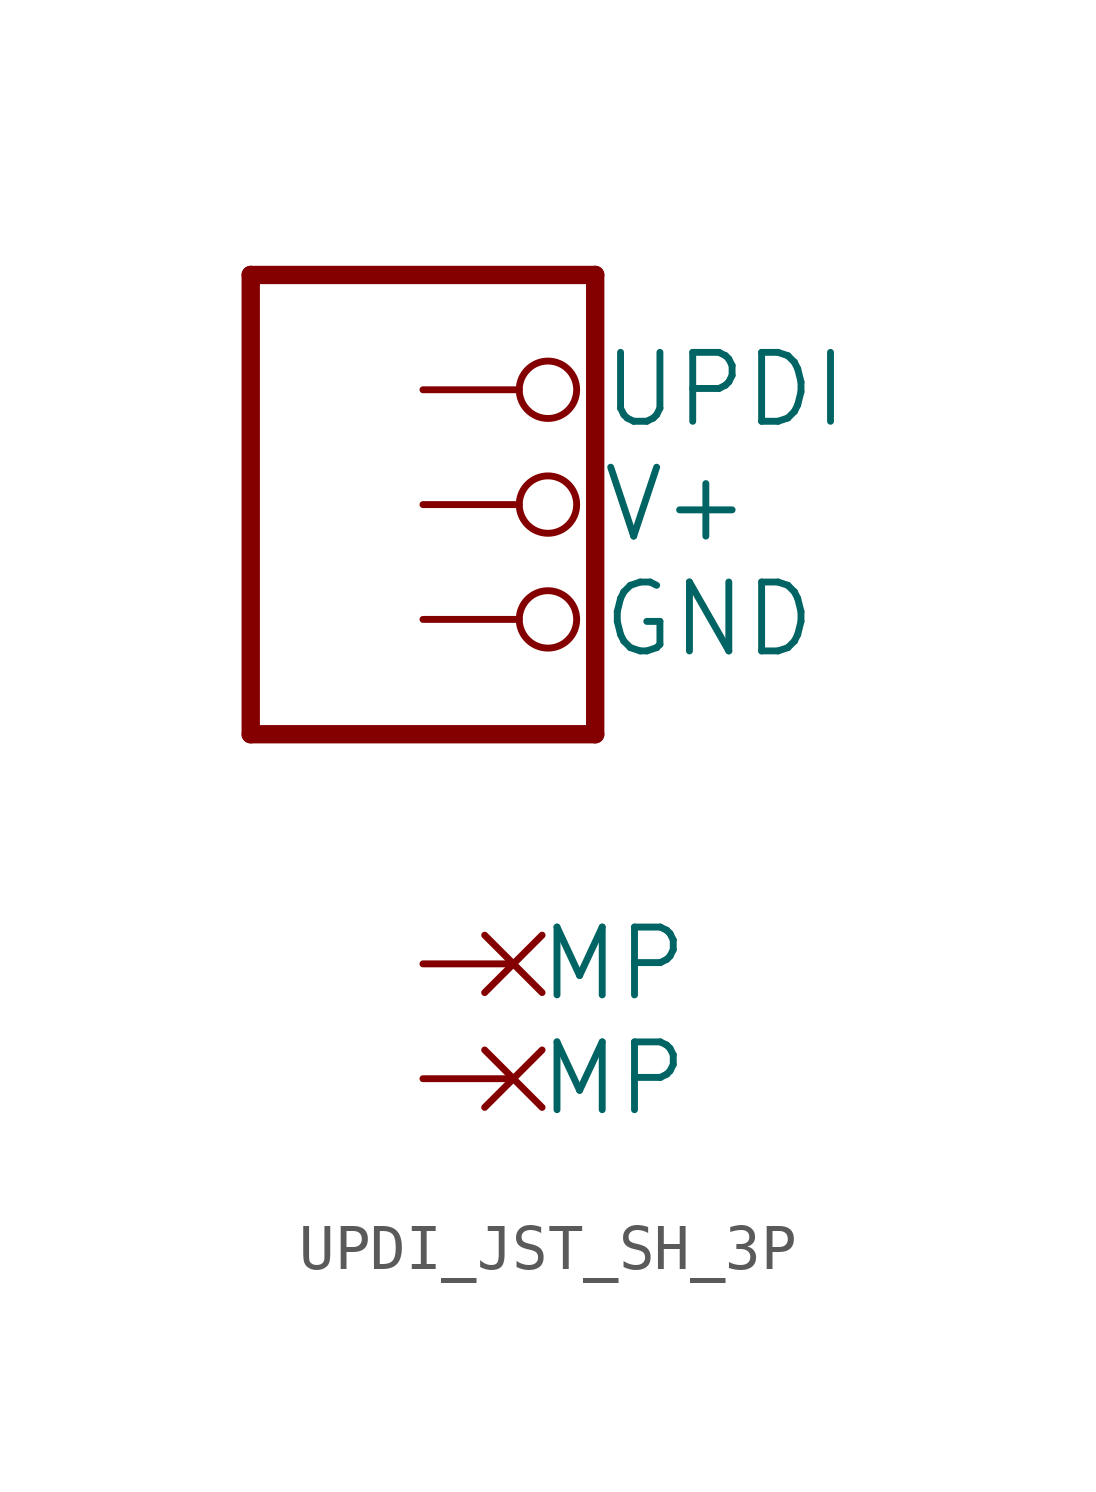
<source format=kicad_sym>
(kicad_symbol_lib
  (version 20241209)
  (generator "kicad_symbol_editor")
  (generator_version "9.0")
  (symbol "UPDI_JST_SH_3P"
    (property "Reference" "CONN"
      (at -3.556 9.144 0)
      (effects (font (size 1.778 1.511)) (justify left bottom) (hide yes)))
    (symbol "UPDI_JST_SH_3P_1_0"
      (polyline (pts (xy -3.81 7.62) (xy -3.81 -2.54)) (stroke (width 0.406) (type solid)) (fill (type none)))
      (polyline (pts (xy -3.81 -2.54) (xy 3.81 -2.54)) (stroke (width 0.406) (type solid)) (fill (type none)))
      (polyline (pts (xy 3.81 7.62) (xy -3.81 7.62)) (stroke (width 0.406) (type solid)) (fill (type none)))
      (polyline (pts (xy 3.81 -2.54) (xy 3.81 7.62)) (stroke (width 0.406) (type solid)) (fill (type none)))
      (pin power_in inverted (at 0 5.08 0) (length 3.4) (name "UPDI" (effects (font (size 1.524 1.524)))) (number "1" (effects (font (size 0 0)))))
      (pin power_in inverted (at 0 2.54 0) (length 3.4) (name "V+" (effects (font (size 1.524 1.524)))) (number "2" (effects (font (size 0 0)))))
      (pin bidirectional inverted (at 0 0 0) (length 3.4) (name "GND" (effects (font (size 1.524 1.524)))) (number "3" (effects (font (size 0 0)))))
      (pin passive non_logic (at 0 -7.62 0) (length 2) (name "MP" (effects (font (size 1.5 1.5)))) (number "MP" (effects (font (size 0 0)))))
      (pin passive non_logic (at 0 -10.16 0) (length 2) (name "MP" (effects (font (size 1.5 1.5)))) (number "MP" (effects (font (size 0 0))))))))
</source>
